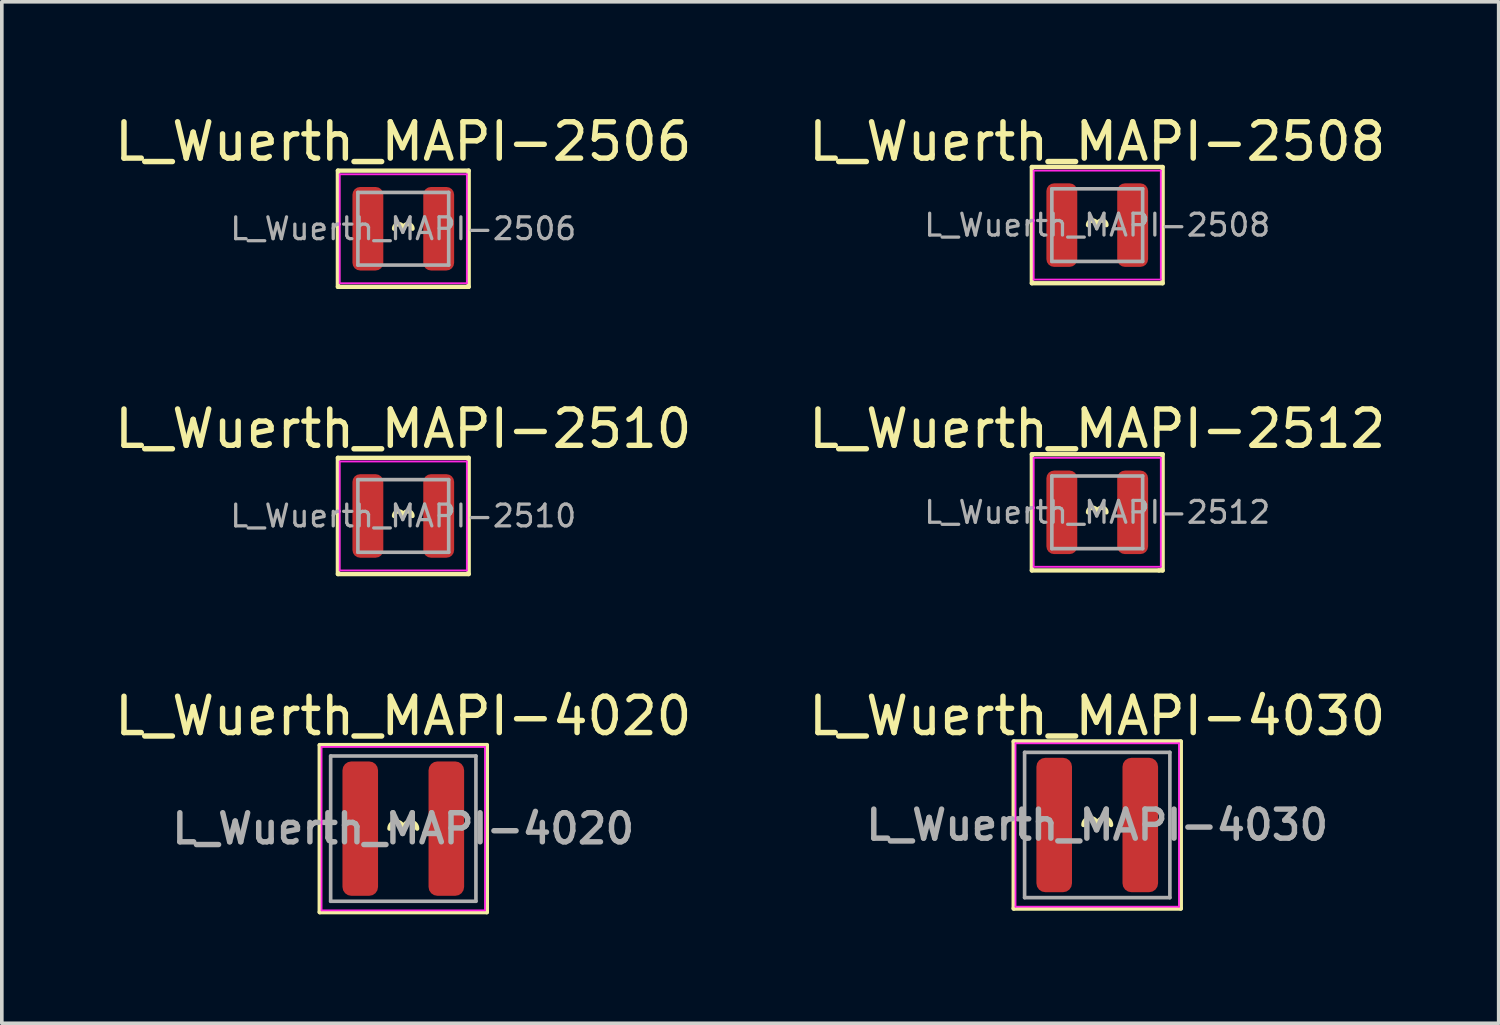
<source format=kicad_pcb>
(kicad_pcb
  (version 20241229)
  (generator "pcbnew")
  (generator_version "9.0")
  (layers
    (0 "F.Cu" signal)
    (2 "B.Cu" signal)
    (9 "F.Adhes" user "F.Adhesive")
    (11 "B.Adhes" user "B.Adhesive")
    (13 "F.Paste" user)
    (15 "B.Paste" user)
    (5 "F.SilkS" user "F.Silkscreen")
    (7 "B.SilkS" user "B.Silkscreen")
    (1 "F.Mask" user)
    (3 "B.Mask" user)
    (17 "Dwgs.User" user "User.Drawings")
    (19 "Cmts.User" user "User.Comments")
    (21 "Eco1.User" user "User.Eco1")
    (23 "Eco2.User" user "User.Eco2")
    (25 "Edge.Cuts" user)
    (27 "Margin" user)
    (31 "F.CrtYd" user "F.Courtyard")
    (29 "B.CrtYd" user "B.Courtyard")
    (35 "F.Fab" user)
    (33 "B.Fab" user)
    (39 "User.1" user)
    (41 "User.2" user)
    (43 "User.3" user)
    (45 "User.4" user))
  (footprint "L_Wuerth_MAPI-2510"
    (layer "F.Cu")
    (at 8.054 11.156)
    (property "Reference" "L_Wuerth_MAPI-2510" (at 0 -2.4 0) (layer "F.SilkS") (effects (font (size 1 1) (thickness 0.15))))
    (attr smd)
    (fp_line (start -1.8 -1.6) (end -1.8 1.6) (stroke (width 0.12) (type solid)) (layer "F.SilkS"))
    (fp_line (start -1.8 1.6) (end 1.8 1.6) (stroke (width 0.12) (type solid)) (layer "F.SilkS"))
    (fp_line (start 1.8 -1.6) (end -1.8 -1.6) (stroke (width 0.12) (type solid)) (layer "F.SilkS"))
    (fp_line (start 1.8 1.6) (end 1.8 -1.6) (stroke (width 0.12) (type solid)) (layer "F.SilkS"))
    (fp_arc (start -0.254 0) (mid -0.127 -0.127) (end 0 0) (stroke (width 0.12) (type solid)) (layer "F.SilkS"))
    (fp_arc (start 0 0) (mid 0.127 -0.127) (end 0.254 0) (stroke (width 0.12) (type solid)) (layer "F.SilkS"))
    (fp_line (start -1.75 -1.5) (end -1.75 1.5) (stroke (width 0.05) (type solid)) (layer "F.CrtYd"))
    (fp_line (start -1.75 1.5) (end 1.75 1.5) (stroke (width 0.05) (type solid)) (layer "F.CrtYd"))
    (fp_line (start 1.75 -1.5) (end -1.75 -1.5) (stroke (width 0.05) (type solid)) (layer "F.CrtYd"))
    (fp_line (start 1.75 1.5) (end 1.75 -1.5) (stroke (width 0.05) (type solid)) (layer "F.CrtYd"))
    (fp_line (start -1.25 -1) (end -1.25 1) (stroke (width 0.1) (type solid)) (layer "F.Fab"))
    (fp_line (start -1.25 1) (end 1.25 1) (stroke (width 0.1) (type solid)) (layer "F.Fab"))
    (fp_line (start 1.25 -1) (end -1.25 -1) (stroke (width 0.1) (type solid)) (layer "F.Fab"))
    (fp_line (start 1.25 1) (end 1.25 -1) (stroke (width 0.1) (type solid)) (layer "F.Fab"))
    (fp_text user "${REFERENCE}" (at 0 0 0) (layer "F.Fab") (effects (font (size 0.6 0.6) (thickness 0.09))))
    (pad "1" smd roundrect (at -0.975 0) (size 0.85 2.3) (layers "F.Cu" "F.Mask" "F.Paste") (roundrect_rratio 0.25))
    (pad "2" smd roundrect (at 0.975 0) (size 0.85 2.3) (layers "F.Cu" "F.Mask" "F.Paste") (roundrect_rratio 0.25)))
  (footprint "L_Wuerth_MAPI-2508"
    (layer "F.Cu")
    (at 27.161 3.148)
    (property "Reference" "L_Wuerth_MAPI-2508" (at 0 -2.3 0) (layer "F.SilkS") (effects (font (size 1 1) (thickness 0.15))))
    (attr smd)
    (fp_line (start -1.8 -1.6) (end -1.8 1.6) (stroke (width 0.12) (type solid)) (layer "F.SilkS"))
    (fp_line (start -1.8 1.6) (end 1.8 1.6) (stroke (width 0.12) (type solid)) (layer "F.SilkS"))
    (fp_line (start 1.8 -1.6) (end -1.8 -1.6) (stroke (width 0.12) (type solid)) (layer "F.SilkS"))
    (fp_line (start 1.8 1.6) (end 1.8 -1.6) (stroke (width 0.12) (type solid)) (layer "F.SilkS"))
    (fp_arc (start -0.254 0) (mid -0.127 -0.127) (end 0 0) (stroke (width 0.12) (type solid)) (layer "F.SilkS"))
    (fp_arc (start 0 0) (mid 0.127 -0.127) (end 0.254 0) (stroke (width 0.12) (type solid)) (layer "F.SilkS"))
    (fp_line (start -1.75 -1.5) (end -1.75 1.5) (stroke (width 0.05) (type solid)) (layer "F.CrtYd"))
    (fp_line (start -1.75 1.5) (end 1.75 1.5) (stroke (width 0.05) (type solid)) (layer "F.CrtYd"))
    (fp_line (start 1.75 -1.5) (end -1.75 -1.5) (stroke (width 0.05) (type solid)) (layer "F.CrtYd"))
    (fp_line (start 1.75 1.5) (end 1.75 -1.5) (stroke (width 0.05) (type solid)) (layer "F.CrtYd"))
    (fp_line (start -1.25 -1) (end -1.25 1) (stroke (width 0.1) (type solid)) (layer "F.Fab"))
    (fp_line (start -1.25 1) (end 1.25 1) (stroke (width 0.1) (type solid)) (layer "F.Fab"))
    (fp_line (start 1.25 -1) (end -1.25 -1) (stroke (width 0.1) (type solid)) (layer "F.Fab"))
    (fp_line (start 1.25 1) (end 1.25 -1) (stroke (width 0.1) (type solid)) (layer "F.Fab"))
    (fp_text user "${REFERENCE}" (at 0 0 0) (layer "F.Fab") (effects (font (size 0.6 0.6) (thickness 0.09))))
    (pad "1" smd roundrect (at -0.975 0) (size 0.85 2.3) (layers "F.Cu" "F.Mask" "F.Paste") (roundrect_rratio 0.25))
    (pad "2" smd roundrect (at 0.975 0) (size 0.85 2.3) (layers "F.Cu" "F.Mask" "F.Paste") (roundrect_rratio 0.25)))
  (footprint "L_Wuerth_MAPI-4030"
    (layer "F.Cu")
    (at 27.161 19.665)
    (property "Reference" "L_Wuerth_MAPI-4030" (at 0 -3 0) (layer "F.SilkS") (effects (font (size 1 1) (thickness 0.15))))
    (attr smd)
    (fp_line (start -2.3 -2.3) (end -2.3 2.3) (stroke (width 0.12) (type solid)) (layer "F.SilkS"))
    (fp_line (start -2.3 2.3) (end 2.3 2.3) (stroke (width 0.12) (type solid)) (layer "F.SilkS"))
    (fp_line (start 2.3 -2.3) (end -2.3 -2.3) (stroke (width 0.12) (type solid)) (layer "F.SilkS"))
    (fp_line (start 2.3 2.3) (end 2.3 -2.3) (stroke (width 0.12) (type solid)) (layer "F.SilkS"))
    (fp_arc (start -0.381 0) (mid -0.1905 -0.1905) (end 0 0) (stroke (width 0.12) (type solid)) (layer "F.SilkS"))
    (fp_arc (start 0 0) (mid 0.1905 -0.1905) (end 0.381 0) (stroke (width 0.12) (type solid)) (layer "F.SilkS"))
    (fp_line (start -2.25 -2.25) (end -2.25 2.25) (stroke (width 0.05) (type solid)) (layer "F.CrtYd"))
    (fp_line (start -2.25 2.25) (end 2.25 2.25) (stroke (width 0.05) (type solid)) (layer "F.CrtYd"))
    (fp_line (start 2.25 -2.25) (end -2.25 -2.25) (stroke (width 0.05) (type solid)) (layer "F.CrtYd"))
    (fp_line (start 2.25 2.25) (end 2.25 -2.25) (stroke (width 0.05) (type solid)) (layer "F.CrtYd"))
    (fp_line (start -2 -2) (end -2 2) (stroke (width 0.1) (type solid)) (layer "F.Fab"))
    (fp_line (start -2 2) (end 2 2) (stroke (width 0.1) (type solid)) (layer "F.Fab"))
    (fp_line (start 2 -2) (end -2 -2) (stroke (width 0.1) (type solid)) (layer "F.Fab"))
    (fp_line (start 2 2) (end 2 -2) (stroke (width 0.1) (type solid)) (layer "F.Fab"))
    (fp_text user "${REFERENCE}" (at 0 0 0) (layer "F.Fab") (effects (font (size 0.8 0.8) (thickness 0.15))))
    (pad "1" smd roundrect (at -1.185 0) (size 0.98 3.7) (layers "F.Cu" "F.Mask" "F.Paste") (roundrect_rratio 0.25))
    (pad "2" smd roundrect (at 1.185 0) (size 0.98 3.7) (layers "F.Cu" "F.Mask" "F.Paste") (roundrect_rratio 0.25)))
  (footprint "L_Wuerth_MAPI-4020"
    (layer "F.Cu")
    (at 8.054 19.765)
    (property "Reference" "L_Wuerth_MAPI-4020" (at 0 -3.1 0) (layer "F.SilkS") (effects (font (size 1 1) (thickness 0.15))))
    (attr smd)
    (fp_line (start -2.3 -2.3) (end -2.3 2.3) (stroke (width 0.12) (type solid)) (layer "F.SilkS"))
    (fp_line (start -2.3 2.3) (end 2.3 2.3) (stroke (width 0.12) (type solid)) (layer "F.SilkS"))
    (fp_line (start 2.3 -2.3) (end -2.3 -2.3) (stroke (width 0.12) (type solid)) (layer "F.SilkS"))
    (fp_line (start 2.3 2.3) (end 2.3 -2.3) (stroke (width 0.12) (type solid)) (layer "F.SilkS"))
    (fp_arc (start -0.381 0) (mid -0.1905 -0.1905) (end 0 0) (stroke (width 0.12) (type solid)) (layer "F.SilkS"))
    (fp_arc (start 0 0) (mid 0.1905 -0.1905) (end 0.381 0) (stroke (width 0.12) (type solid)) (layer "F.SilkS"))
    (fp_line (start -2.25 -2.25) (end -2.25 2.25) (stroke (width 0.05) (type solid)) (layer "F.CrtYd"))
    (fp_line (start -2.25 2.25) (end 2.25 2.25) (stroke (width 0.05) (type solid)) (layer "F.CrtYd"))
    (fp_line (start 2.25 -2.25) (end -2.25 -2.25) (stroke (width 0.05) (type solid)) (layer "F.CrtYd"))
    (fp_line (start 2.25 2.25) (end 2.25 -2.25) (stroke (width 0.05) (type solid)) (layer "F.CrtYd"))
    (fp_line (start -2 -2) (end -2 2) (stroke (width 0.1) (type solid)) (layer "F.Fab"))
    (fp_line (start -2 2) (end 2 2) (stroke (width 0.1) (type solid)) (layer "F.Fab"))
    (fp_line (start 2 -2) (end -2 -2) (stroke (width 0.1) (type solid)) (layer "F.Fab"))
    (fp_line (start 2 2) (end 2 -2) (stroke (width 0.1) (type solid)) (layer "F.Fab"))
    (fp_text user "${REFERENCE}" (at 0 0 0) (layer "F.Fab") (effects (font (size 0.8 0.8) (thickness 0.15))))
    (pad "1" smd roundrect (at -1.185 0) (size 0.98 3.7) (layers "F.Cu" "F.Mask" "F.Paste") (roundrect_rratio 0.25))
    (pad "2" smd roundrect (at 1.185 0) (size 0.98 3.7) (layers "F.Cu" "F.Mask" "F.Paste") (roundrect_rratio 0.25)))
  (footprint "L_Wuerth_MAPI-2506"
    (layer "F.Cu")
    (at 8.054 3.248)
    (property "Reference" "L_Wuerth_MAPI-2506" (at 0 -2.4 0) (layer "F.SilkS") (effects (font (size 1 1) (thickness 0.15))))
    (attr smd)
    (fp_line (start -1.8 -1.6) (end -1.8 1.6) (stroke (width 0.12) (type solid)) (layer "F.SilkS"))
    (fp_line (start -1.8 1.6) (end 1.8 1.6) (stroke (width 0.12) (type solid)) (layer "F.SilkS"))
    (fp_line (start 1.8 -1.6) (end -1.8 -1.6) (stroke (width 0.12) (type solid)) (layer "F.SilkS"))
    (fp_line (start 1.8 1.6) (end 1.8 -1.6) (stroke (width 0.12) (type solid)) (layer "F.SilkS"))
    (fp_arc (start -0.254 0) (mid -0.127 -0.127) (end 0 0) (stroke (width 0.12) (type solid)) (layer "F.SilkS"))
    (fp_arc (start 0 0) (mid 0.127 -0.127) (end 0.254 0) (stroke (width 0.12) (type solid)) (layer "F.SilkS"))
    (fp_line (start -1.75 -1.5) (end -1.75 1.5) (stroke (width 0.05) (type solid)) (layer "F.CrtYd"))
    (fp_line (start -1.75 1.5) (end 1.75 1.5) (stroke (width 0.05) (type solid)) (layer "F.CrtYd"))
    (fp_line (start 1.75 -1.5) (end -1.75 -1.5) (stroke (width 0.05) (type solid)) (layer "F.CrtYd"))
    (fp_line (start 1.75 1.5) (end 1.75 -1.5) (stroke (width 0.05) (type solid)) (layer "F.CrtYd"))
    (fp_line (start -1.25 -1) (end -1.25 1) (stroke (width 0.1) (type solid)) (layer "F.Fab"))
    (fp_line (start -1.25 1) (end 1.25 1) (stroke (width 0.1) (type solid)) (layer "F.Fab"))
    (fp_line (start 1.25 -1) (end -1.25 -1) (stroke (width 0.1) (type solid)) (layer "F.Fab"))
    (fp_line (start 1.25 1) (end 1.25 -1) (stroke (width 0.1) (type solid)) (layer "F.Fab"))
    (fp_text user "${REFERENCE}" (at 0 0 0) (layer "F.Fab") (effects (font (size 0.6 0.6) (thickness 0.09))))
    (pad "1" smd roundrect (at -0.975 0) (size 0.85 2.3) (layers "F.Cu" "F.Mask" "F.Paste") (roundrect_rratio 0.25))
    (pad "2" smd roundrect (at 0.975 0) (size 0.85 2.3) (layers "F.Cu" "F.Mask" "F.Paste") (roundrect_rratio 0.25)))
  (footprint "L_Wuerth_MAPI-2512"
    (layer "F.Cu")
    (at 27.161 11.056)
    (property "Reference" "L_Wuerth_MAPI-2512" (at 0 -2.3 0) (layer "F.SilkS") (effects (font (size 1 1) (thickness 0.15))))
    (attr smd)
    (fp_line (start -1.8 -1.6) (end -1.8 1.6) (stroke (width 0.12) (type solid)) (layer "F.SilkS"))
    (fp_line (start -1.8 1.6) (end 1.7 1.6) (stroke (width 0.12) (type solid)) (layer "F.SilkS"))
    (fp_line (start 1.7 1.6) (end 1.8 1.6) (stroke (width 0.12) (type solid)) (layer "F.SilkS"))
    (fp_line (start 1.8 -1.6) (end -1.8 -1.6) (stroke (width 0.12) (type solid)) (layer "F.SilkS"))
    (fp_line (start 1.8 1.6) (end 1.8 -1.6) (stroke (width 0.12) (type solid)) (layer "F.SilkS"))
    (fp_arc (start -0.254 0) (mid -0.127 -0.127) (end 0 0) (stroke (width 0.12) (type solid)) (layer "F.SilkS"))
    (fp_arc (start 0 0) (mid 0.127 -0.127) (end 0.254 0) (stroke (width 0.12) (type solid)) (layer "F.SilkS"))
    (fp_line (start -1.75 -1.5) (end -1.75 1.5) (stroke (width 0.05) (type solid)) (layer "F.CrtYd"))
    (fp_line (start -1.75 1.5) (end 1.75 1.5) (stroke (width 0.05) (type solid)) (layer "F.CrtYd"))
    (fp_line (start 1.75 -1.5) (end -1.75 -1.5) (stroke (width 0.05) (type solid)) (layer "F.CrtYd"))
    (fp_line (start 1.75 1.5) (end 1.75 -1.5) (stroke (width 0.05) (type solid)) (layer "F.CrtYd"))
    (fp_line (start -1.25 -1) (end -1.25 1) (stroke (width 0.1) (type solid)) (layer "F.Fab"))
    (fp_line (start -1.25 1) (end 1.25 1) (stroke (width 0.1) (type solid)) (layer "F.Fab"))
    (fp_line (start 1.25 -1) (end -1.25 -1) (stroke (width 0.1) (type solid)) (layer "F.Fab"))
    (fp_line (start 1.25 1) (end 1.25 -1) (stroke (width 0.1) (type solid)) (layer "F.Fab"))
    (fp_text user "${REFERENCE}" (at 0 0 0) (layer "F.Fab") (effects (font (size 0.6 0.6) (thickness 0.09))))
    (pad "1" smd roundrect (at -0.975 0) (size 0.85 2.3) (layers "F.Cu" "F.Mask" "F.Paste") (roundrect_rratio 0.25))
    (pad "2" smd roundrect (at 0.975 0) (size 0.85 2.3) (layers "F.Cu" "F.Mask" "F.Paste") (roundrect_rratio 0.25)))
  (gr_rect
    (start -3 -3)
    (end 38.214 25.125)
    (stroke (width 0.1) (type default))
    (fill no)
    (layer "Edge.Cuts")))
</source>
